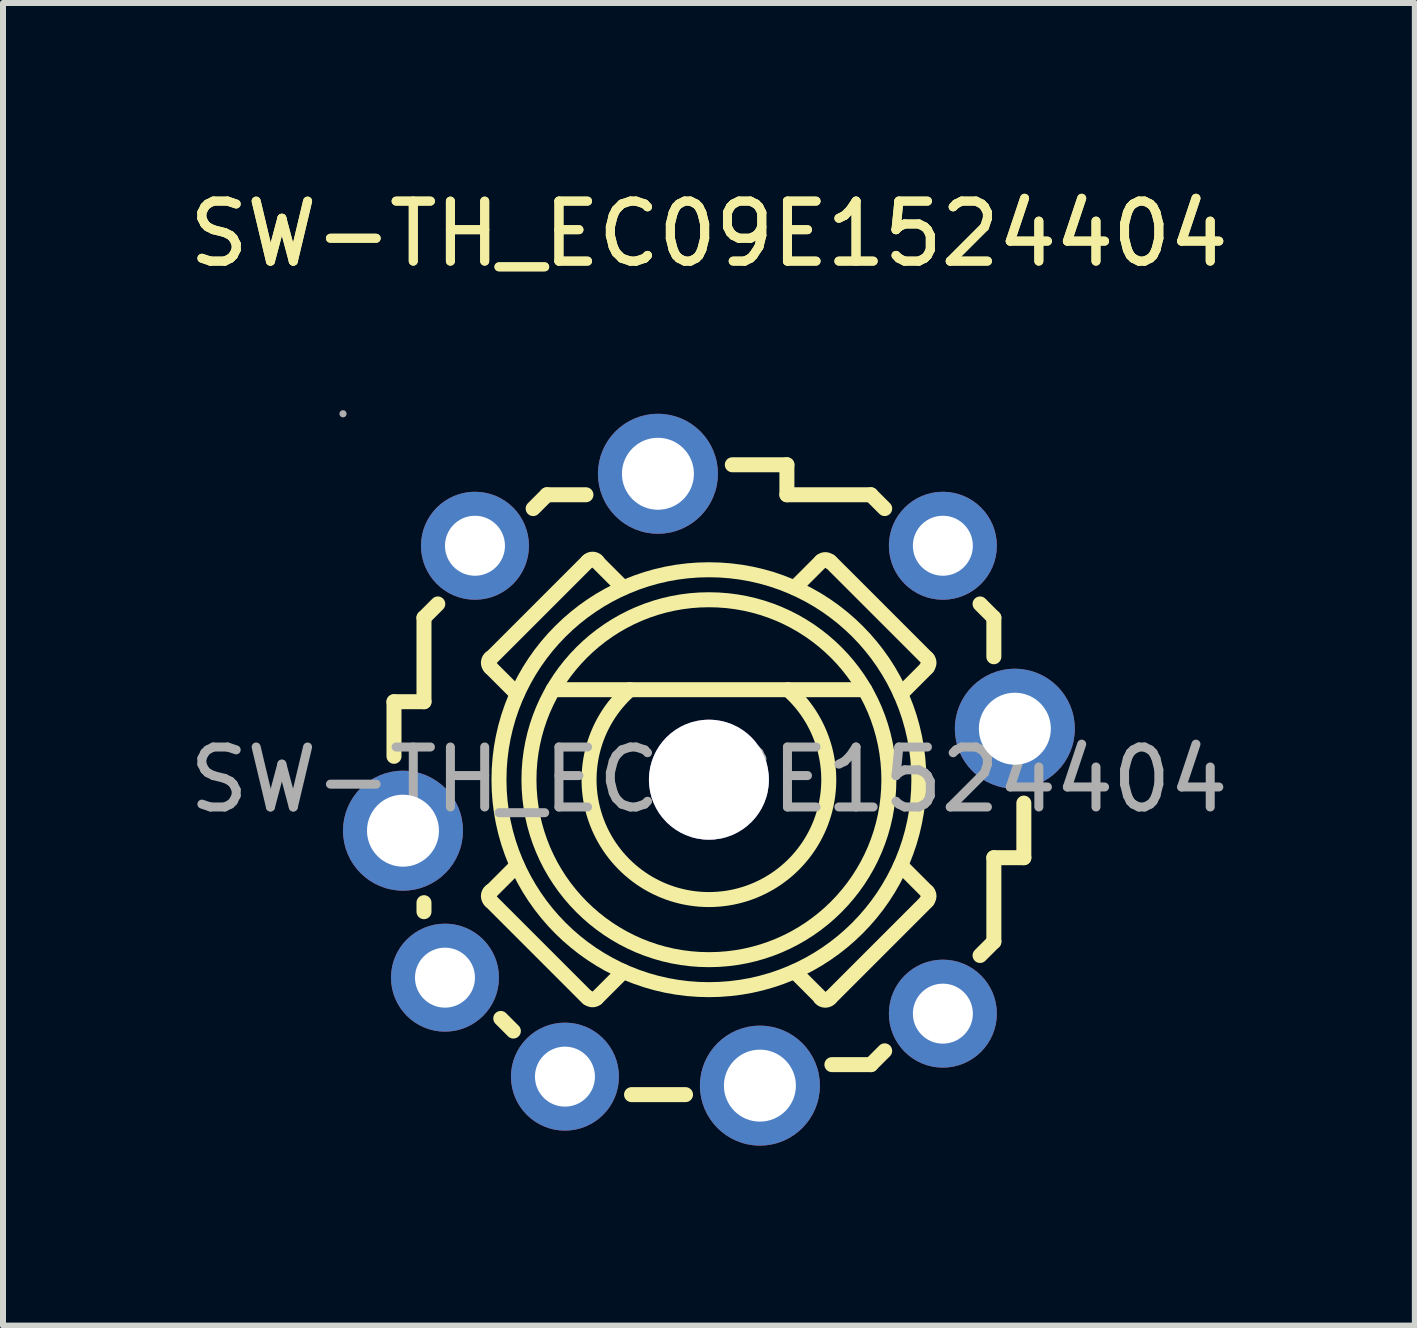
<source format=kicad_pcb>
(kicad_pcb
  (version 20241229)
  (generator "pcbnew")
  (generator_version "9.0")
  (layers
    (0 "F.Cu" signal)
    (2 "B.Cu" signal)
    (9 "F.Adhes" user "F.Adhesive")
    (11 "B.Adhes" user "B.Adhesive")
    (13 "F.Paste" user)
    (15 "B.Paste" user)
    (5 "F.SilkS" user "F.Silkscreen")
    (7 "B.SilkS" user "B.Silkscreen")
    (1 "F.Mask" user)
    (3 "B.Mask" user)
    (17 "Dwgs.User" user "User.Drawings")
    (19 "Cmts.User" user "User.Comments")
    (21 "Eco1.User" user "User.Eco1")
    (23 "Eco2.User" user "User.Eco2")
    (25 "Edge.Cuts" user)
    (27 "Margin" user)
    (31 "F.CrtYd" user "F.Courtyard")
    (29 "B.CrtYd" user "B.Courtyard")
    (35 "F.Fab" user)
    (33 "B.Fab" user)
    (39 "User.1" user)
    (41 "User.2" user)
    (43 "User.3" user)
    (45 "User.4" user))
  (footprint "SW-TH_EC09E1524404"
    (layer "F.Cu")
    (at 8.768 9.948)
    (property "Reference" "SW-TH_EC09E1524404" (at 0 -9.1 0) (layer "F.SilkS") (effects (font (size 1 1) (thickness 0.15))))
    (attr through_hole)
    (fp_line (start -5.25 -0.39) (end -5.25 -1.3) (stroke (width 0.25) (type solid)) (layer "F.SilkS"))
    (fp_line (start -4.75 -2.7) (end -4.52 -2.93) (stroke (width 0.25) (type solid)) (layer "F.SilkS"))
    (fp_line (start -4.75 -1.3) (end -5.25 -1.3) (stroke (width 0.25) (type solid)) (layer "F.SilkS"))
    (fp_line (start -4.75 -1.3) (end -4.75 -2.7) (stroke (width 0.25) (type solid)) (layer "F.SilkS"))
    (fp_line (start -4.75 2.05) (end -4.75 2.2) (stroke (width 0.25) (type solid)) (layer "F.SilkS"))
    (fp_line (start -3.64 -1.87) (end -3.2 -1.43) (stroke (width 0.25) (type solid)) (layer "F.SilkS"))
    (fp_line (start -3.64 1.87) (end -3.2 1.43) (stroke (width 0.25) (type solid)) (layer "F.SilkS"))
    (fp_line (start -3.47 3.98) (end -3.26 4.19) (stroke (width 0.25) (type solid)) (layer "F.SilkS"))
    (fp_line (start -2.93 -4.52) (end -2.7 -4.75) (stroke (width 0.25) (type solid)) (layer "F.SilkS"))
    (fp_line (start -2.6 -1.5) (end 2.6 -1.5) (stroke (width 0.25) (type solid)) (layer "F.SilkS"))
    (fp_line (start -2.05 -4.75) (end -2.7 -4.75) (stroke (width 0.25) (type solid)) (layer "F.SilkS"))
    (fp_line (start -2.02 -3.64) (end -3.64 -2.02) (stroke (width 0.25) (type solid)) (layer "F.SilkS"))
    (fp_line (start -2.02 3.64) (end -3.64 2.02) (stroke (width 0.25) (type solid)) (layer "F.SilkS"))
    (fp_line (start -1.87 -3.64) (end -1.43 -3.2) (stroke (width 0.25) (type solid)) (layer "F.SilkS"))
    (fp_line (start -1.87 3.64) (end -1.43 3.2) (stroke (width 0.25) (type solid)) (layer "F.SilkS"))
    (fp_line (start -1.29 5.25) (end -0.39 5.25) (stroke (width 0.25) (type solid)) (layer "F.SilkS"))
    (fp_line (start 1.3 -5.25) (end 0.39 -5.25) (stroke (width 0.25) (type solid)) (layer "F.SilkS"))
    (fp_line (start 1.3 -4.75) (end 1.3 -5.25) (stroke (width 0.25) (type solid)) (layer "F.SilkS"))
    (fp_line (start 1.3 -4.75) (end 2.7 -4.75) (stroke (width 0.25) (type solid)) (layer "F.SilkS"))
    (fp_line (start 1.87 -3.64) (end 1.43 -3.2) (stroke (width 0.25) (type solid)) (layer "F.SilkS"))
    (fp_line (start 1.87 3.64) (end 1.43 3.2) (stroke (width 0.25) (type solid)) (layer "F.SilkS"))
    (fp_line (start 2.02 -3.64) (end 3.64 -2.02) (stroke (width 0.25) (type solid)) (layer "F.SilkS"))
    (fp_line (start 2.02 3.64) (end 3.64 2.02) (stroke (width 0.25) (type solid)) (layer "F.SilkS"))
    (fp_line (start 2.05 4.75) (end 2.7 4.75) (stroke (width 0.25) (type solid)) (layer "F.SilkS"))
    (fp_line (start 2.93 -4.52) (end 2.7 -4.75) (stroke (width 0.25) (type solid)) (layer "F.SilkS"))
    (fp_line (start 2.93 4.52) (end 2.7 4.75) (stroke (width 0.25) (type solid)) (layer "F.SilkS"))
    (fp_line (start 3.64 -1.87) (end 3.2 -1.43) (stroke (width 0.25) (type solid)) (layer "F.SilkS"))
    (fp_line (start 3.64 1.87) (end 3.2 1.43) (stroke (width 0.25) (type solid)) (layer "F.SilkS"))
    (fp_line (start 4.75 -2.7) (end 4.52 -2.93) (stroke (width 0.25) (type solid)) (layer "F.SilkS"))
    (fp_line (start 4.75 -2.05) (end 4.75 -2.7) (stroke (width 0.25) (type solid)) (layer "F.SilkS"))
    (fp_line (start 4.75 1.3) (end 4.75 2.7) (stroke (width 0.25) (type solid)) (layer "F.SilkS"))
    (fp_line (start 4.75 1.3) (end 5.25 1.3) (stroke (width 0.25) (type solid)) (layer "F.SilkS"))
    (fp_line (start 4.75 2.7) (end 4.52 2.93) (stroke (width 0.25) (type solid)) (layer "F.SilkS"))
    (fp_line (start 5.25 0.39) (end 5.25 1.3) (stroke (width 0.25) (type solid)) (layer "F.SilkS"))
    (fp_arc (start -3.64 -1.87) (mid -3.676301 -1.949584) (end -3.640624 -2.02945) (stroke (width 0.25) (type solid)) (layer "F.SilkS"))
    (fp_arc (start -3.64 2.02) (mid -3.676301 1.940416) (end -3.640624 1.86055) (stroke (width 0.25) (type solid)) (layer "F.SilkS"))
    (fp_arc (start -2.02 -3.64) (mid -1.940416 -3.676301) (end -1.86055 -3.640624) (stroke (width 0.25) (type solid)) (layer "F.SilkS"))
    (fp_arc (start -1.87 3.64) (mid -1.946199 3.668801) (end -2.0182 3.630702) (stroke (width 0.25) (type solid)) (layer "F.SilkS"))
    (fp_arc (start 1.32 -1.5) (mid -0.001666 1.998098) (end -1.317497 -1.502199) (stroke (width 0.25) (type solid)) (layer "F.SilkS"))
    (fp_arc (start 1.87 -3.64) (mid 1.946199 -3.668801) (end 2.0182 -3.630702) (stroke (width 0.25) (type solid)) (layer "F.SilkS"))
    (fp_arc (start 2.02 3.64) (mid 1.940416 3.676301) (end 1.86055 3.640624) (stroke (width 0.25) (type solid)) (layer "F.SilkS"))
    (fp_arc (start 3.64 -2.02) (mid 3.668801 -1.943801) (end 3.630702 -1.8718) (stroke (width 0.25) (type solid)) (layer "F.SilkS"))
    (fp_arc (start 3.64 1.87) (mid 3.668801 1.946199) (end 3.630702 2.0182) (stroke (width 0.25) (type solid)) (layer "F.SilkS"))
    (fp_circle (center 0 0) (end 3 0) (stroke (width 0.25) (type solid)) (fill no) (layer "F.SilkS"))
    (fp_circle (center 0 0) (end 3.5 0) (stroke (width 0.25) (type solid)) (fill no) (layer "F.SilkS"))
    (fp_circle (center -6.1 -6.1) (end -6.07 -6.1) (stroke (width 0.06) (type solid)) (fill no) (layer "F.Fab"))
    (fp_circle (center -5.1 0.85) (end -4.85 0.85) (stroke (width 0.5) (type solid)) (fill no) (layer "F.Fab"))
    (fp_circle (center -4.4 3.3) (end -4.2 3.3) (stroke (width 0.4) (type solid)) (fill no) (layer "F.Fab"))
    (fp_circle (center -3.9 -3.9) (end -3.7 -3.9) (stroke (width 0.4) (type solid)) (fill no) (layer "F.Fab"))
    (fp_circle (center -2.4 4.95) (end -2.2 4.95) (stroke (width 0.4) (type solid)) (fill no) (layer "F.Fab"))
    (fp_circle (center -0.85 -5.1) (end -0.6 -5.1) (stroke (width 0.5) (type solid)) (fill no) (layer "F.Fab"))
    (fp_circle (center 0 0) (end 0.45 0) (stroke (width 0.9) (type solid)) (fill no) (layer "F.Fab"))
    (fp_circle (center 0.85 5.1) (end 1.1 5.1) (stroke (width 0.5) (type solid)) (fill no) (layer "F.Fab"))
    (fp_circle (center 3.9 -3.9) (end 4.1 -3.9) (stroke (width 0.4) (type solid)) (fill no) (layer "F.Fab"))
    (fp_circle (center 3.9 3.9) (end 4.1 3.9) (stroke (width 0.4) (type solid)) (fill no) (layer "F.Fab"))
    (fp_circle (center 5.1 -0.85) (end 5.35 -0.85) (stroke (width 0.5) (type solid)) (fill no) (layer "F.Fab"))
    (fp_text user "${REFERENCE}" (at 0 -9.1 0) (layer "F.SilkS") (effects (font (size 1 1) (thickness 0.15))))
    (fp_text user "${REFERENCE}" (at 0 0 0) (layer "F.Fab") (effects (font (size 1 1) (thickness 0.15))))
    (pad "" thru_hole circle (at 0 0) (size 2 2) (drill 2) (layers "*.Cu" "*.Mask"))
    (pad "A" thru_hole circle (at -4.4 3.3) (size 1.8 1.8) (drill 1) (layers "*.Cu" "*.Mask"))
    (pad "B" thru_hole circle (at 3.9 -3.9) (size 1.8 1.8) (drill 1) (layers "*.Cu" "*.Mask"))
    (pad "C" thru_hole circle (at 3.9 3.9) (size 1.8 1.8) (drill 1) (layers "*.Cu" "*.Mask"))
    (pad "D" thru_hole circle (at -3.9 -3.9) (size 1.8 1.8) (drill 1) (layers "*.Cu" "*.Mask"))
    (pad "E" thru_hole circle (at -2.4 4.95) (size 1.8 1.8) (drill 1) (layers "*.Cu" "*.Mask"))
    (pad "MH1" thru_hole circle (at -0.85 -5.1) (size 2 2) (drill 1.2) (layers "*.Cu" "*.Mask"))
    (pad "MH2" thru_hole circle (at 5.1 -0.85) (size 2 2) (drill 1.2) (layers "*.Cu" "*.Mask"))
    (pad "MH3" thru_hole circle (at 0.85 5.1) (size 2 2) (drill 1.2) (layers "*.Cu" "*.Mask"))
    (pad "MH4" thru_hole circle (at -5.1 0.85) (size 2 2) (drill 1.2) (layers "*.Cu" "*.Mask")))
  (gr_rect
    (start -3 -3)
    (end 20.536 19.048)
    (stroke (width 0.1) (type default))
    (fill no)
    (layer "Edge.Cuts")))
</source>
